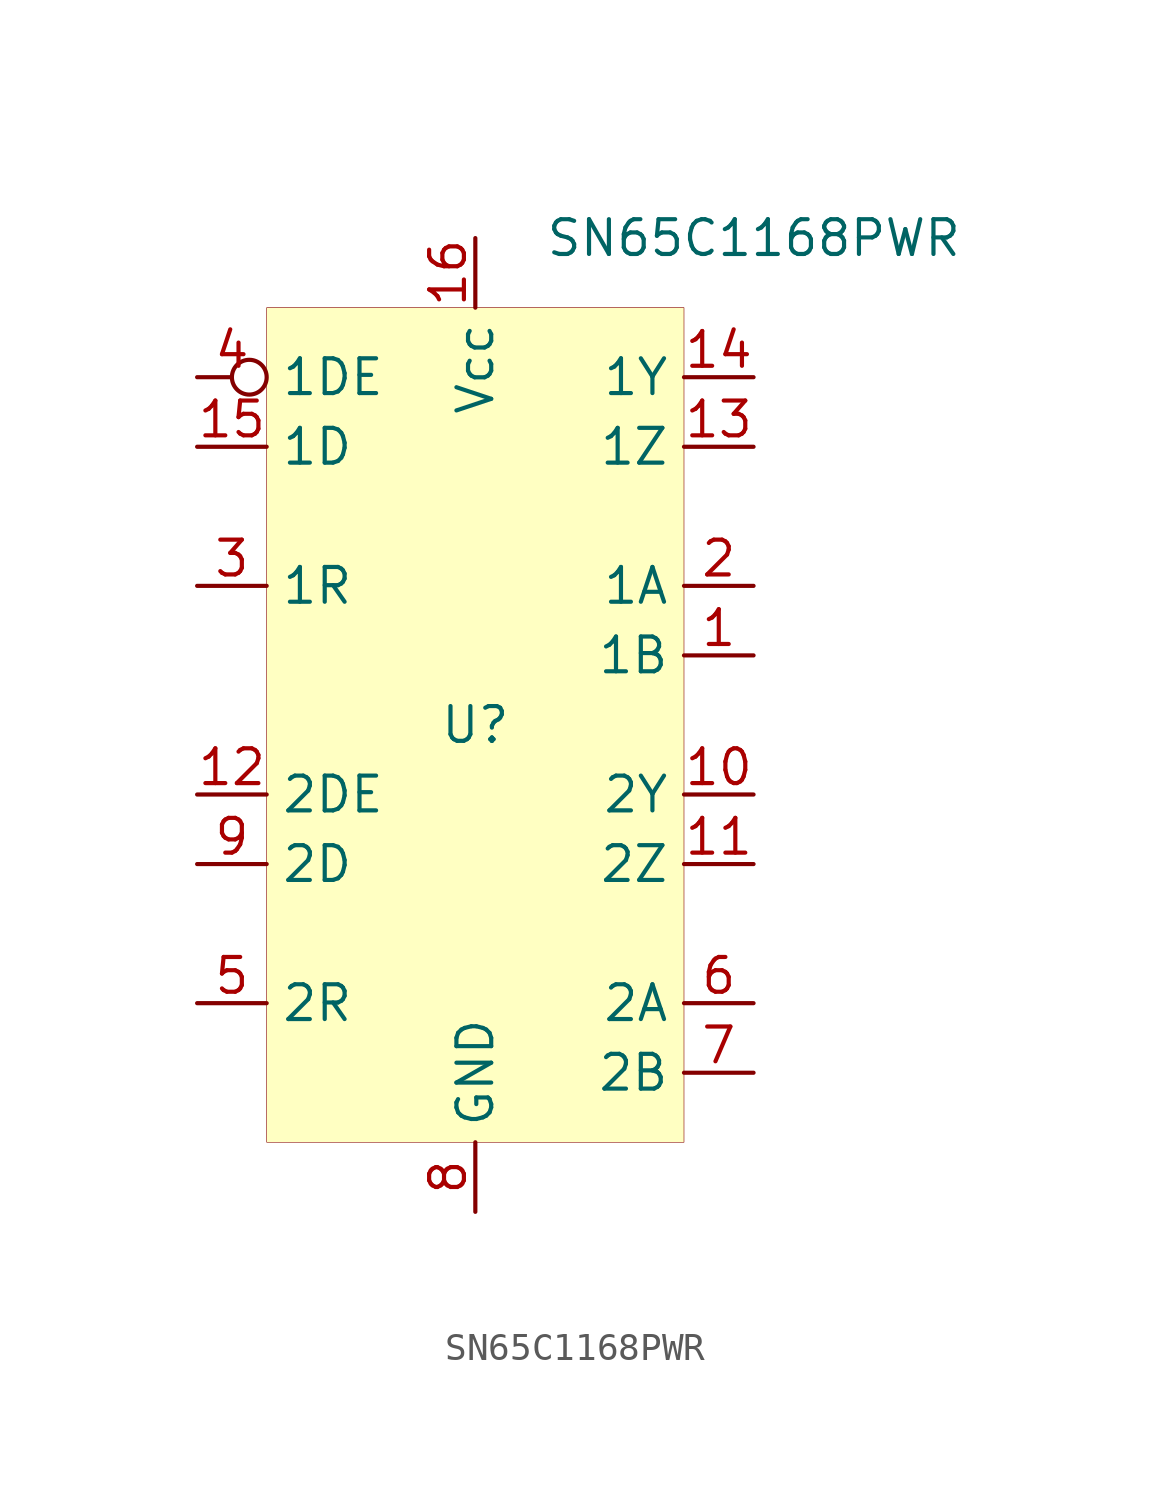
<source format=kicad_sym>
(kicad_symbol_lib
  (version 20201005)
  (generator kicad_symbol_editor)
  (symbol "Jmptable_Interface_UART:SN65C1168PWR"
    (property "Reference" "U"
      (at 0 -5.08 0)
      (effects (font (size 1.27 1.27))))
    (property "Value" "SN65C1168PWR"
      (at 2.54 12.7 0)
      (effects (font (size 1.27 1.27)) (justify left)))
    (symbol "SN65C1168PWR_0_1"
      (rectangle (start -7.62 10.16) (end 7.62 -20.32) (stroke (width 0.001)) (fill (type background))))
    (symbol "SN65C1168PWR_0_0"
      (pin input line (at 10.16 -2.54 180) (length 2.54) (name "1B" (effects (font (size 1.27 1.27)))) (number "1" (effects (font (size 1.27 1.27)))))
      (pin input line (at 10.16 0 180) (length 2.54) (name "1A" (effects (font (size 1.27 1.27)))) (number "2" (effects (font (size 1.27 1.27)))))
      (pin output line (at -10.16 0 0) (length 2.54) (name "1R" (effects (font (size 1.27 1.27)))) (number "3" (effects (font (size 1.27 1.27)))))
      (pin input inverted (at -10.16 7.62 0) (length 2.54) (name "1DE" (effects (font (size 1.27 1.27)))) (number "4" (effects (font (size 1.27 1.27)))))
      (pin output line (at -10.16 -15.24 0) (length 2.54) (name "2R" (effects (font (size 1.27 1.27)))) (number "5" (effects (font (size 1.27 1.27)))))
      (pin input line (at 10.16 -15.24 180) (length 2.54) (name "2A" (effects (font (size 1.27 1.27)))) (number "6" (effects (font (size 1.27 1.27)))))
      (pin input line (at 10.16 -17.78 180) (length 2.54) (name "2B" (effects (font (size 1.27 1.27)))) (number "7" (effects (font (size 1.27 1.27)))))
      (pin power_in line (at 0 -22.86 90) (length 2.54) (name "GND" (effects (font (size 1.27 1.27)))) (number "8" (effects (font (size 1.27 1.27)))))
      (pin input line (at -10.16 -10.16 0) (length 2.54) (name "2D" (effects (font (size 1.27 1.27)))) (number "9" (effects (font (size 1.27 1.27)))))
      (pin output line (at 10.16 -7.62 180) (length 2.54) (name "2Y" (effects (font (size 1.27 1.27)))) (number "10" (effects (font (size 1.27 1.27)))))
      (pin output line (at 10.16 -10.16 180) (length 2.54) (name "2Z" (effects (font (size 1.27 1.27)))) (number "11" (effects (font (size 1.27 1.27)))))
      (pin input line (at -10.16 -7.62 0) (length 2.54) (name "2DE" (effects (font (size 1.27 1.27)))) (number "12" (effects (font (size 1.27 1.27)))))
      (pin output line (at 10.16 5.08 180) (length 2.54) (name "1Z" (effects (font (size 1.27 1.27)))) (number "13" (effects (font (size 1.27 1.27)))))
      (pin output line (at 10.16 7.62 180) (length 2.54) (name "1Y" (effects (font (size 1.27 1.27)))) (number "14" (effects (font (size 1.27 1.27)))))
      (pin input line (at -10.16 5.08 0) (length 2.54) (name "1D" (effects (font (size 1.27 1.27)))) (number "15" (effects (font (size 1.27 1.27)))))
      (pin power_in line (at 0 12.7 270) (length 2.54) (name "Vcc" (effects (font (size 1.27 1.27)))) (number "16" (effects (font (size 1.27 1.27))))))))
</source>
